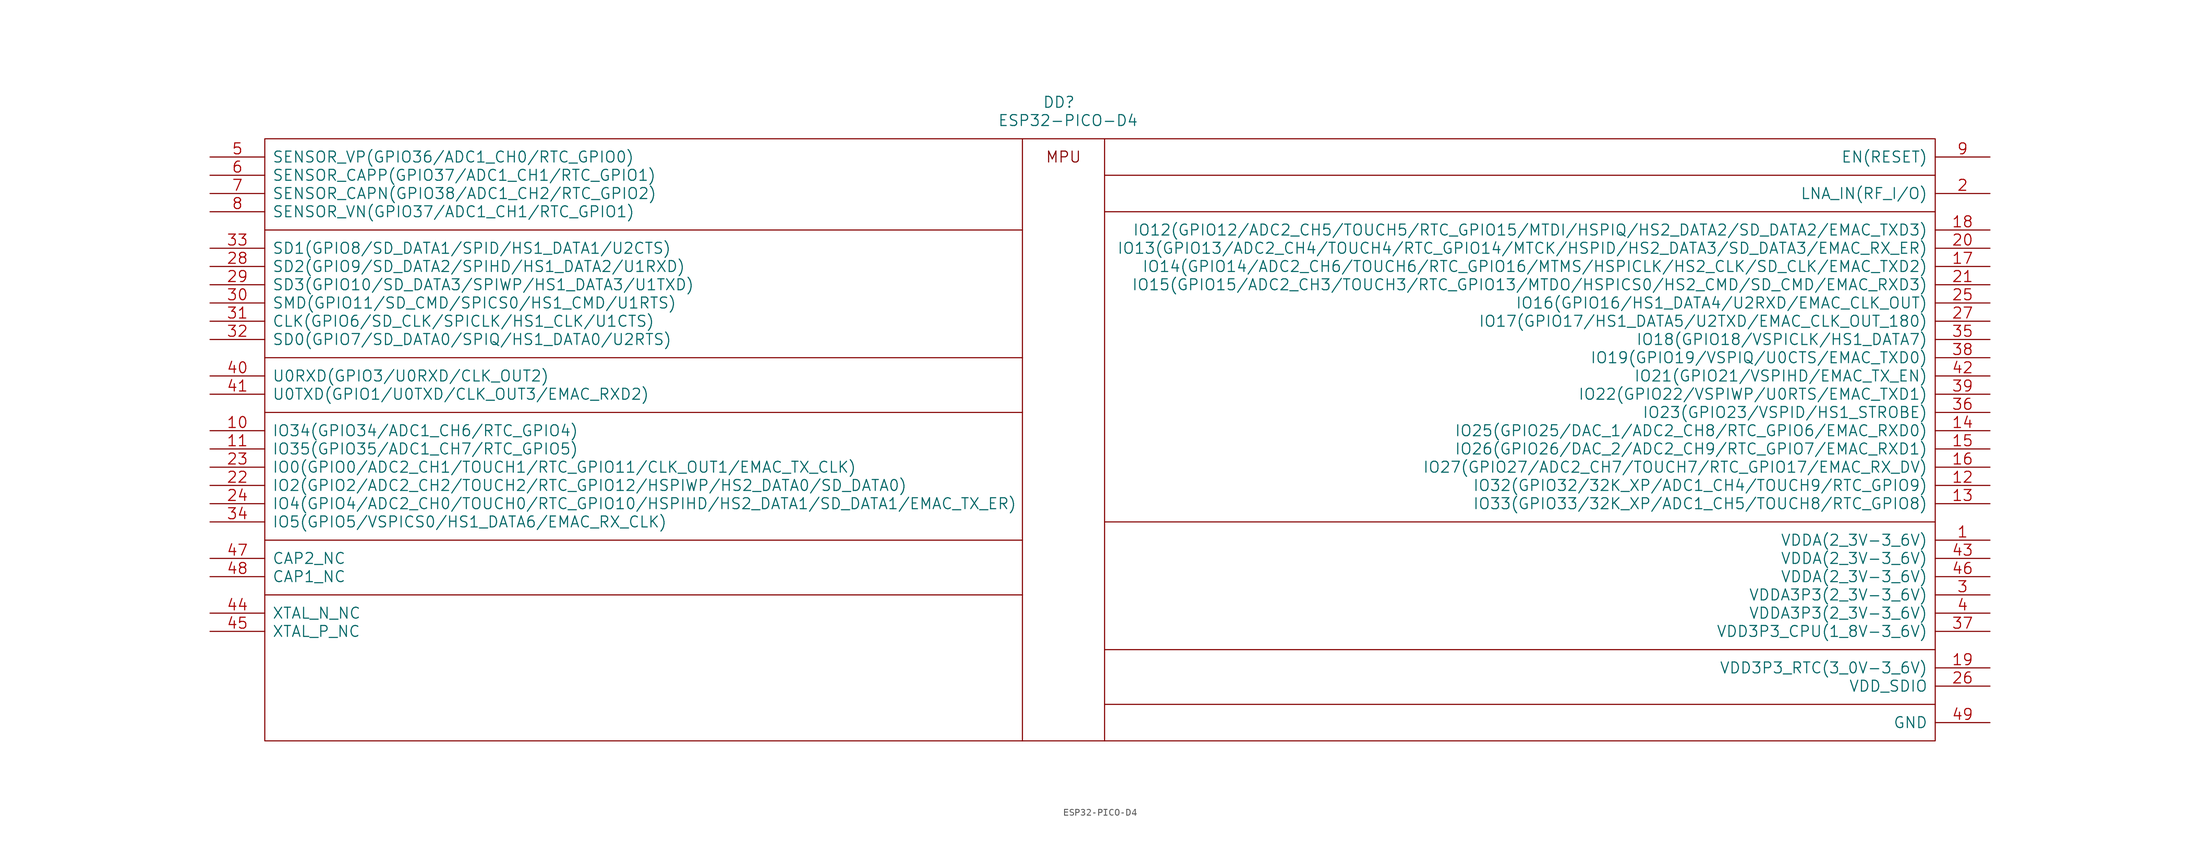
<source format=kicad_sym>
(kicad_symbol_lib
  (version 20211014)
  (generator kicad_symbol_editor)
  (symbol "ESP32-PICO-D4"
    (pin_names
      (offset 1.016))
    (property "Reference" "DD"
      (at 110.49 5.08 0)
      (effects (font (size 1.524 1.524))))
    (property "Value" "ESP32-PICO-D4"
      (at 111.76 2.54 0)
      (effects (font (size 1.524 1.524))))
    (property "Footprint" ""
      (at 24.13 0 0)
      (effects (font (size 1.524 1.524))))
    (property "Datasheet" ""
      (at 24.13 0 0)
      (effects (font (size 1.524 1.524))))
    (symbol "ESP32-PICO-D4_0_0"
      (text "MPU" (at 111.125 -2.54 0) (effects (font (size 1.524 1.524))))
      (pin power_in line (at 240.03 -55.88 180) (length 7.62) (name "VDDA(2_3V-3_6V)" (effects (font (size 1.524 1.524)))) (number "1" (effects (font (size 1.524 1.524)))))
      (pin input line (at -7.62 -40.64 0) (length 7.62) (name "IO34(GPIO34/ADC1_CH6/RTC_GPIO4)" (effects (font (size 1.524 1.524)))) (number "10" (effects (font (size 1.524 1.524)))))
      (pin input line (at -7.62 -43.18 0) (length 7.62) (name "IO35(GPIO35/ADC1_CH7/RTC_GPIO5)" (effects (font (size 1.524 1.524)))) (number "11" (effects (font (size 1.524 1.524)))))
      (pin bidirectional line (at 240.03 -48.26 180) (length 7.62) (name "IO32(GPIO32/32K_XP/ADC1_CH4/TOUCH9/RTC_GPIO9)" (effects (font (size 1.524 1.524)))) (number "12" (effects (font (size 1.524 1.524)))))
      (pin bidirectional line (at 240.03 -50.8 180) (length 7.62) (name "IO33(GPIO33/32K_XP/ADC1_CH5/TOUCH8/RTC_GPIO8)" (effects (font (size 1.524 1.524)))) (number "13" (effects (font (size 1.524 1.524)))))
      (pin bidirectional line (at 240.03 -40.64 180) (length 7.62) (name "IO25(GPIO25/DAC_1/ADC2_CH8/RTC_GPIO6/EMAC_RXD0)" (effects (font (size 1.524 1.524)))) (number "14" (effects (font (size 1.524 1.524)))))
      (pin bidirectional line (at 240.03 -43.18 180) (length 7.62) (name "IO26(GPIO26/DAC_2/ADC2_CH9/RTC_GPIO7/EMAC_RXD1)" (effects (font (size 1.524 1.524)))) (number "15" (effects (font (size 1.524 1.524)))))
      (pin bidirectional line (at 240.03 -45.72 180) (length 7.62) (name "IO27(GPIO27/ADC2_CH7/TOUCH7/RTC_GPIO17/EMAC_RX_DV)" (effects (font (size 1.524 1.524)))) (number "16" (effects (font (size 1.524 1.524)))))
      (pin bidirectional line (at 240.03 -17.78 180) (length 7.62) (name "IO14(GPIO14/ADC2_CH6/TOUCH6/RTC_GPIO16/MTMS/HSPICLK/HS2_CLK/SD_CLK/EMAC_TXD2)" (effects (font (size 1.524 1.524)))) (number "17" (effects (font (size 1.524 1.524)))))
      (pin bidirectional line (at 240.03 -12.7 180) (length 7.62) (name "IO12(GPIO12/ADC2_CH5/TOUCH5/RTC_GPIO15/MTDI/HSPIQ/HS2_DATA2/SD_DATA2/EMAC_TXD3)" (effects (font (size 1.524 1.524)))) (number "18" (effects (font (size 1.524 1.524)))))
      (pin power_out line (at 240.03 -73.66 180) (length 7.62) (name "VDD3P3_RTC(3_0V-3_6V)" (effects (font (size 1.524 1.524)))) (number "19" (effects (font (size 1.524 1.524)))))
      (pin bidirectional line (at 240.03 -7.62 180) (length 7.62) (name "LNA_IN(RF_I/O)" (effects (font (size 1.524 1.524)))) (number "2" (effects (font (size 1.524 1.524)))))
      (pin bidirectional line (at 240.03 -15.24 180) (length 7.62) (name "IO13(GPIO13/ADC2_CH4/TOUCH4/RTC_GPIO14/MTCK/HSPID/HS2_DATA3/SD_DATA3/EMAC_RX_ER)" (effects (font (size 1.524 1.524)))) (number "20" (effects (font (size 1.524 1.524)))))
      (pin bidirectional line (at 240.03 -20.32 180) (length 7.62) (name "IO15(GPIO15/ADC2_CH3/TOUCH3/RTC_GPIO13/MTDO/HSPICS0/HS2_CMD/SD_CMD/EMAC_RXD3)" (effects (font (size 1.524 1.524)))) (number "21" (effects (font (size 1.524 1.524)))))
      (pin bidirectional line (at -7.62 -48.26 0) (length 7.62) (name "IO2(GPIO2/ADC2_CH2/TOUCH2/RTC_GPIO12/HSPIWP/HS2_DATA0/SD_DATA0)" (effects (font (size 1.524 1.524)))) (number "22" (effects (font (size 1.524 1.524)))))
      (pin bidirectional line (at -7.62 -45.72 0) (length 7.62) (name "IO0(GPIO0/ADC2_CH1/TOUCH1/RTC_GPIO11/CLK_OUT1/EMAC_TX_CLK)" (effects (font (size 1.524 1.524)))) (number "23" (effects (font (size 1.524 1.524)))))
      (pin bidirectional line (at -7.62 -50.8 0) (length 7.62) (name "IO4(GPIO4/ADC2_CH0/TOUCH0/RTC_GPIO10/HSPIHD/HS2_DATA1/SD_DATA1/EMAC_TX_ER)" (effects (font (size 1.524 1.524)))) (number "24" (effects (font (size 1.524 1.524)))))
      (pin bidirectional line (at 240.03 -22.86 180) (length 7.62) (name "IO16(GPIO16/HS1_DATA4/U2RXD/EMAC_CLK_OUT)" (effects (font (size 1.524 1.524)))) (number "25" (effects (font (size 1.524 1.524)))))
      (pin power_out line (at 240.03 -76.2 180) (length 7.62) (name "VDD_SDIO" (effects (font (size 1.524 1.524)))) (number "26" (effects (font (size 1.524 1.524)))))
      (pin bidirectional line (at 240.03 -25.4 180) (length 7.62) (name "IO17(GPIO17/HS1_DATA5/U2TXD/EMAC_CLK_OUT_180)" (effects (font (size 1.524 1.524)))) (number "27" (effects (font (size 1.524 1.524)))))
      (pin bidirectional line (at -7.62 -17.78 0) (length 7.62) (name "SD2(GPIO9/SD_DATA2/SPIHD/HS1_DATA2/U1RXD)" (effects (font (size 1.524 1.524)))) (number "28" (effects (font (size 1.524 1.524)))))
      (pin bidirectional line (at -7.62 -20.32 0) (length 7.62) (name "SD3(GPIO10/SD_DATA3/SPIWP/HS1_DATA3/U1TXD)" (effects (font (size 1.524 1.524)))) (number "29" (effects (font (size 1.524 1.524)))))
      (pin power_in line (at 240.03 -63.5 180) (length 7.62) (name "VDDA3P3(2_3V-3_6V)" (effects (font (size 1.524 1.524)))) (number "3" (effects (font (size 1.524 1.524)))))
      (pin bidirectional line (at -7.62 -22.86 0) (length 7.62) (name "SMD(GPIO11/SD_CMD/SPICS0/HS1_CMD/U1RTS)" (effects (font (size 1.524 1.524)))) (number "30" (effects (font (size 1.524 1.524)))))
      (pin bidirectional line (at -7.62 -25.4 0) (length 7.62) (name "CLK(GPIO6/SD_CLK/SPICLK/HS1_CLK/U1CTS)" (effects (font (size 1.524 1.524)))) (number "31" (effects (font (size 1.524 1.524)))))
      (pin bidirectional line (at -7.62 -27.94 0) (length 7.62) (name "SD0(GPIO7/SD_DATA0/SPIQ/HS1_DATA0/U2RTS)" (effects (font (size 1.524 1.524)))) (number "32" (effects (font (size 1.524 1.524)))))
      (pin bidirectional line (at -7.62 -15.24 0) (length 7.62) (name "SD1(GPIO8/SD_DATA1/SPID/HS1_DATA1/U2CTS)" (effects (font (size 1.524 1.524)))) (number "33" (effects (font (size 1.524 1.524)))))
      (pin bidirectional line (at -7.62 -53.34 0) (length 7.62) (name "IO5(GPIO5/VSPICS0/HS1_DATA6/EMAC_RX_CLK)" (effects (font (size 1.524 1.524)))) (number "34" (effects (font (size 1.524 1.524)))))
      (pin bidirectional line (at 240.03 -27.94 180) (length 7.62) (name "IO18(GPIO18/VSPICLK/HS1_DATA7)" (effects (font (size 1.524 1.524)))) (number "35" (effects (font (size 1.524 1.524)))))
      (pin bidirectional line (at 240.03 -38.1 180) (length 7.62) (name "IO23(GPIO23/VSPID/HS1_STROBE)" (effects (font (size 1.524 1.524)))) (number "36" (effects (font (size 1.524 1.524)))))
      (pin power_in line (at 240.03 -68.58 180) (length 7.62) (name "VDD3P3_CPU(1_8V-3_6V)" (effects (font (size 1.524 1.524)))) (number "37" (effects (font (size 1.524 1.524)))))
      (pin bidirectional line (at 240.03 -30.48 180) (length 7.62) (name "IO19(GPIO19/VSPIQ/U0CTS/EMAC_TXD0)" (effects (font (size 1.524 1.524)))) (number "38" (effects (font (size 1.524 1.524)))))
      (pin bidirectional line (at 240.03 -35.56 180) (length 7.62) (name "IO22(GPIO22/VSPIWP/U0RTS/EMAC_TXD1)" (effects (font (size 1.524 1.524)))) (number "39" (effects (font (size 1.524 1.524)))))
      (pin power_in line (at 240.03 -66.04 180) (length 7.62) (name "VDDA3P3(2_3V-3_6V)" (effects (font (size 1.524 1.524)))) (number "4" (effects (font (size 1.524 1.524)))))
      (pin bidirectional line (at -7.62 -33.02 0) (length 7.62) (name "U0RXD(GPIO3/U0RXD/CLK_OUT2)" (effects (font (size 1.524 1.524)))) (number "40" (effects (font (size 1.524 1.524)))))
      (pin bidirectional line (at -7.62 -35.56 0) (length 7.62) (name "U0TXD(GPIO1/U0TXD/CLK_OUT3/EMAC_RXD2)" (effects (font (size 1.524 1.524)))) (number "41" (effects (font (size 1.524 1.524)))))
      (pin bidirectional line (at 240.03 -33.02 180) (length 7.62) (name "IO21(GPIO21/VSPIHD/EMAC_TX_EN)" (effects (font (size 1.524 1.524)))) (number "42" (effects (font (size 1.524 1.524)))))
      (pin power_in line (at 240.03 -58.42 180) (length 7.62) (name "VDDA(2_3V-3_6V)" (effects (font (size 1.524 1.524)))) (number "43" (effects (font (size 1.524 1.524)))))
      (pin passive line (at -7.62 -66.04 0) (length 7.62) (name "XTAL_N_NC" (effects (font (size 1.524 1.524)))) (number "44" (effects (font (size 1.524 1.524)))))
      (pin passive line (at -7.62 -68.58 0) (length 7.62) (name "XTAL_P_NC" (effects (font (size 1.524 1.524)))) (number "45" (effects (font (size 1.524 1.524)))))
      (pin power_in line (at 240.03 -60.96 180) (length 7.62) (name "VDDA(2_3V-3_6V)" (effects (font (size 1.524 1.524)))) (number "46" (effects (font (size 1.524 1.524)))))
      (pin passive line (at -7.62 -58.42 0) (length 7.62) (name "CAP2_NC" (effects (font (size 1.524 1.524)))) (number "47" (effects (font (size 1.524 1.524)))))
      (pin passive line (at -7.62 -60.96 0) (length 7.62) (name "CAP1_NC" (effects (font (size 1.524 1.524)))) (number "48" (effects (font (size 1.524 1.524)))))
      (pin passive line (at 240.03 -81.28 180) (length 7.62) (name "GND" (effects (font (size 1.524 1.524)))) (number "49" (effects (font (size 1.524 1.524)))))
      (pin input line (at -7.62 -2.54 0) (length 7.62) (name "SENSOR_VP(GPIO36/ADC1_CH0/RTC_GPIO0)" (effects (font (size 1.524 1.524)))) (number "5" (effects (font (size 1.524 1.524)))))
      (pin input line (at -7.62 -5.08 0) (length 7.62) (name "SENSOR_CAPP(GPIO37/ADC1_CH1/RTC_GPIO1)" (effects (font (size 1.524 1.524)))) (number "6" (effects (font (size 1.524 1.524)))))
      (pin input line (at -7.62 -7.62 0) (length 7.62) (name "SENSOR_CAPN(GPIO38/ADC1_CH2/RTC_GPIO2)" (effects (font (size 1.524 1.524)))) (number "7" (effects (font (size 1.524 1.524)))))
      (pin input line (at -7.62 -10.16 0) (length 7.62) (name "SENSOR_VN(GPIO37/ADC1_CH1/RTC_GPIO1)" (effects (font (size 1.524 1.524)))) (number "8" (effects (font (size 1.524 1.524)))))
      (pin input line (at 240.03 -2.54 180) (length 7.62) (name "EN(RESET)" (effects (font (size 1.524 1.524)))) (number "9" (effects (font (size 1.524 1.524))))))
    (symbol "ESP32-PICO-D4_0_1"
      (polyline (pts (xy 0 -63.5) (xy 105.41 -63.5)) (stroke (width 0) (type default) (color 0 0 0 0)) (fill (type none)))
      (polyline (pts (xy 0 -55.88) (xy 105.41 -55.88)) (stroke (width 0) (type default) (color 0 0 0 0)) (fill (type none)))
      (polyline (pts (xy 0 -38.1) (xy 105.41 -38.1)) (stroke (width 0) (type default) (color 0 0 0 0)) (fill (type none)))
      (polyline (pts (xy 0 -30.48) (xy 105.41 -30.48)) (stroke (width 0) (type default) (color 0 0 0 0)) (fill (type none)))
      (polyline (pts (xy 0 -12.7) (xy 105.41 -12.7)) (stroke (width 0) (type default) (color 0 0 0 0)) (fill (type none)))
      (polyline (pts (xy 105.41 -83.82) (xy 105.41 0)) (stroke (width 0) (type default) (color 0 0 0 0)) (fill (type none)))
      (polyline (pts (xy 116.84 -83.82) (xy 116.84 0)) (stroke (width 0) (type default) (color 0 0 0 0)) (fill (type none)))
      (polyline (pts (xy 232.41 -78.74) (xy 116.84 -78.74)) (stroke (width 0) (type default) (color 0 0 0 0)) (fill (type none)))
      (polyline (pts (xy 232.41 -71.12) (xy 116.84 -71.12)) (stroke (width 0) (type default) (color 0 0 0 0)) (fill (type none)))
      (polyline (pts (xy 232.41 -53.34) (xy 116.84 -53.34)) (stroke (width 0) (type default) (color 0 0 0 0)) (fill (type none)))
      (polyline (pts (xy 232.41 -10.16) (xy 116.84 -10.16)) (stroke (width 0) (type default) (color 0 0 0 0)) (fill (type none)))
      (polyline (pts (xy 232.41 -5.08) (xy 116.84 -5.08)) (stroke (width 0) (type default) (color 0 0 0 0)) (fill (type none)))
      (rectangle (start 0 0) (end 232.41 -83.82) (stroke (width 0) (type default) (color 0 0 0 0)) (fill (type none))))))
</source>
